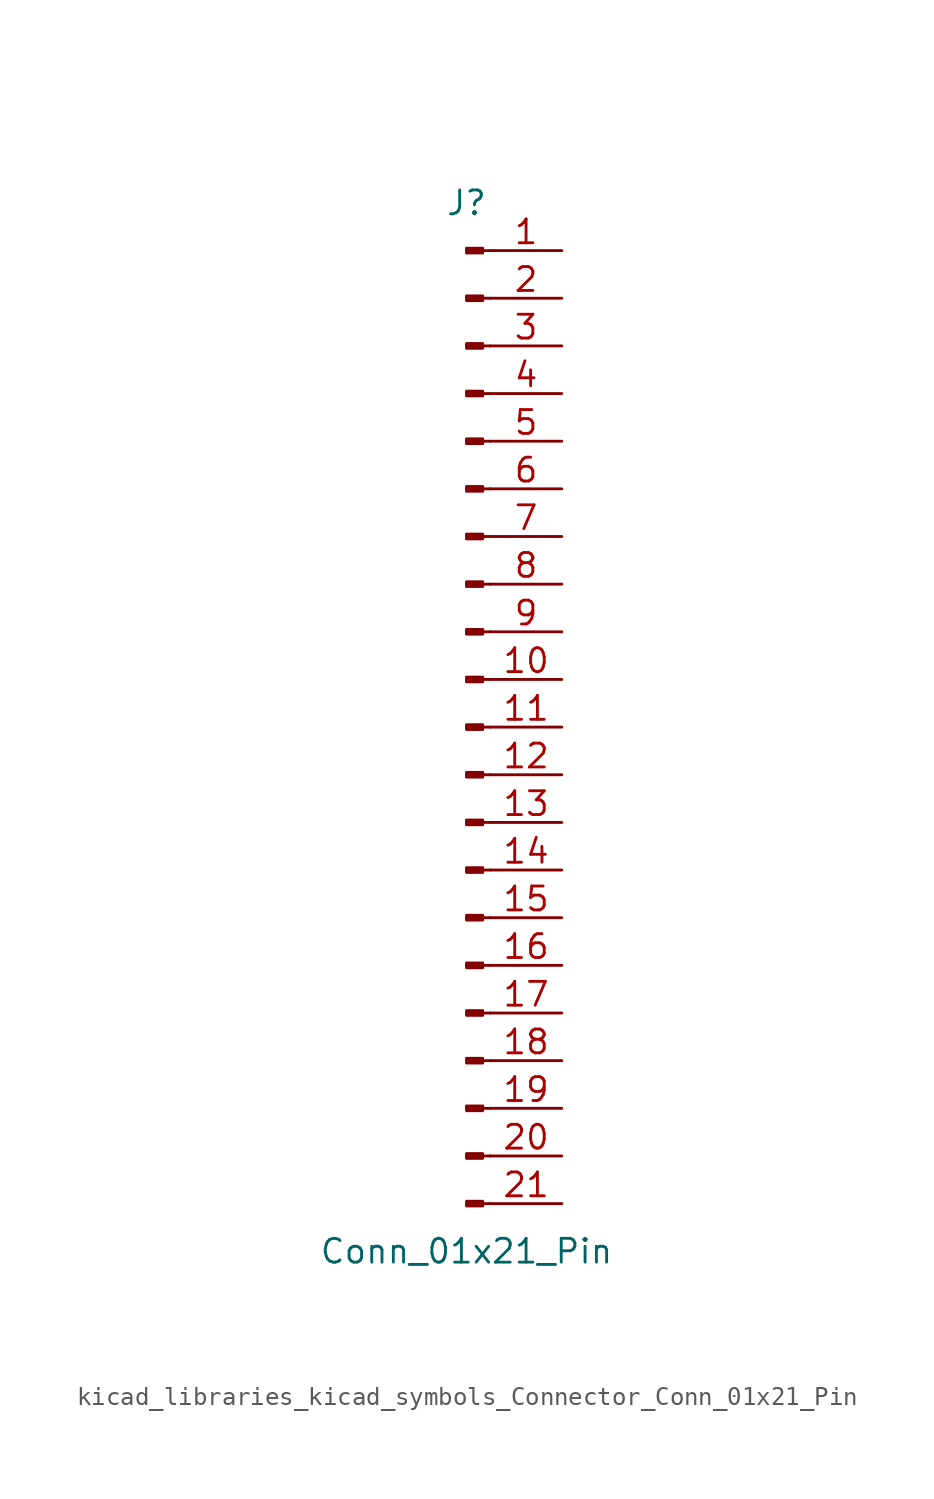
<source format=kicad_sym>
(kicad_symbol_lib
  (version 20220914)
  (generator kicad_symbol_editor)
  (symbol "kicad_libraries_kicad_symbols_Connector_Conn_01x21_Pin"
    (pin_names
      (offset 1.016) hide)
    (property "Reference" "J"
      (at 0 27.94 0)
      (effects (font (size 1.27 1.27))))
    (property "Value" "Conn_01x21_Pin"
      (at 0 -27.94 0)
      (effects (font (size 1.27 1.27))))
    (property "ki_locked" ""
      (at 0 0 0)
      (effects (font (size 1.27 1.27))))
    (symbol "kicad_libraries_kicad_symbols_Connector_Conn_01x21_Pin_1_1"
      (polyline (pts (xy 1.27 -25.4) (xy 0.864 -25.4)) (stroke (width 0.152) (type default)) (fill (type none)))
      (polyline (pts (xy 1.27 -22.86) (xy 0.864 -22.86)) (stroke (width 0.152) (type default)) (fill (type none)))
      (polyline (pts (xy 1.27 -20.32) (xy 0.864 -20.32)) (stroke (width 0.152) (type default)) (fill (type none)))
      (polyline (pts (xy 1.27 -17.78) (xy 0.864 -17.78)) (stroke (width 0.152) (type default)) (fill (type none)))
      (polyline (pts (xy 1.27 -15.24) (xy 0.864 -15.24)) (stroke (width 0.152) (type default)) (fill (type none)))
      (polyline (pts (xy 1.27 -12.7) (xy 0.864 -12.7)) (stroke (width 0.152) (type default)) (fill (type none)))
      (polyline (pts (xy 1.27 -10.16) (xy 0.864 -10.16)) (stroke (width 0.152) (type default)) (fill (type none)))
      (polyline (pts (xy 1.27 -7.62) (xy 0.864 -7.62)) (stroke (width 0.152) (type default)) (fill (type none)))
      (polyline (pts (xy 1.27 -5.08) (xy 0.864 -5.08)) (stroke (width 0.152) (type default)) (fill (type none)))
      (polyline (pts (xy 1.27 -2.54) (xy 0.864 -2.54)) (stroke (width 0.152) (type default)) (fill (type none)))
      (polyline (pts (xy 1.27 0) (xy 0.864 0)) (stroke (width 0.152) (type default)) (fill (type none)))
      (polyline (pts (xy 1.27 2.54) (xy 0.864 2.54)) (stroke (width 0.152) (type default)) (fill (type none)))
      (polyline (pts (xy 1.27 5.08) (xy 0.864 5.08)) (stroke (width 0.152) (type default)) (fill (type none)))
      (polyline (pts (xy 1.27 7.62) (xy 0.864 7.62)) (stroke (width 0.152) (type default)) (fill (type none)))
      (polyline (pts (xy 1.27 10.16) (xy 0.864 10.16)) (stroke (width 0.152) (type default)) (fill (type none)))
      (polyline (pts (xy 1.27 12.7) (xy 0.864 12.7)) (stroke (width 0.152) (type default)) (fill (type none)))
      (polyline (pts (xy 1.27 15.24) (xy 0.864 15.24)) (stroke (width 0.152) (type default)) (fill (type none)))
      (polyline (pts (xy 1.27 17.78) (xy 0.864 17.78)) (stroke (width 0.152) (type default)) (fill (type none)))
      (polyline (pts (xy 1.27 20.32) (xy 0.864 20.32)) (stroke (width 0.152) (type default)) (fill (type none)))
      (polyline (pts (xy 1.27 22.86) (xy 0.864 22.86)) (stroke (width 0.152) (type default)) (fill (type none)))
      (polyline (pts (xy 1.27 25.4) (xy 0.864 25.4)) (stroke (width 0.152) (type default)) (fill (type none)))
      (rectangle (start 0.864 -25.273) (end 0 -25.527) (stroke (width 0.152) (type default)) (fill (type outline)))
      (rectangle (start 0.864 -22.733) (end 0 -22.987) (stroke (width 0.152) (type default)) (fill (type outline)))
      (rectangle (start 0.864 -20.193) (end 0 -20.447) (stroke (width 0.152) (type default)) (fill (type outline)))
      (rectangle (start 0.864 -17.653) (end 0 -17.907) (stroke (width 0.152) (type default)) (fill (type outline)))
      (rectangle (start 0.864 -15.113) (end 0 -15.367) (stroke (width 0.152) (type default)) (fill (type outline)))
      (rectangle (start 0.864 -12.573) (end 0 -12.827) (stroke (width 0.152) (type default)) (fill (type outline)))
      (rectangle (start 0.864 -10.033) (end 0 -10.287) (stroke (width 0.152) (type default)) (fill (type outline)))
      (rectangle (start 0.864 -7.493) (end 0 -7.747) (stroke (width 0.152) (type default)) (fill (type outline)))
      (rectangle (start 0.864 -4.953) (end 0 -5.207) (stroke (width 0.152) (type default)) (fill (type outline)))
      (rectangle (start 0.864 -2.413) (end 0 -2.667) (stroke (width 0.152) (type default)) (fill (type outline)))
      (rectangle (start 0.864 0.127) (end 0 -0.127) (stroke (width 0.152) (type default)) (fill (type outline)))
      (rectangle (start 0.864 2.667) (end 0 2.413) (stroke (width 0.152) (type default)) (fill (type outline)))
      (rectangle (start 0.864 5.207) (end 0 4.953) (stroke (width 0.152) (type default)) (fill (type outline)))
      (rectangle (start 0.864 7.747) (end 0 7.493) (stroke (width 0.152) (type default)) (fill (type outline)))
      (rectangle (start 0.864 10.287) (end 0 10.033) (stroke (width 0.152) (type default)) (fill (type outline)))
      (rectangle (start 0.864 12.827) (end 0 12.573) (stroke (width 0.152) (type default)) (fill (type outline)))
      (rectangle (start 0.864 15.367) (end 0 15.113) (stroke (width 0.152) (type default)) (fill (type outline)))
      (rectangle (start 0.864 17.907) (end 0 17.653) (stroke (width 0.152) (type default)) (fill (type outline)))
      (rectangle (start 0.864 20.447) (end 0 20.193) (stroke (width 0.152) (type default)) (fill (type outline)))
      (rectangle (start 0.864 22.987) (end 0 22.733) (stroke (width 0.152) (type default)) (fill (type outline)))
      (rectangle (start 0.864 25.527) (end 0 25.273) (stroke (width 0.152) (type default)) (fill (type outline)))
      (pin passive line (at 5.08 25.4 180) (length 3.81) (name "Pin_1" (effects (font (size 1.27 1.27)))) (number "1" (effects (font (size 1.27 1.27)))))
      (pin passive line (at 5.08 2.54 180) (length 3.81) (name "Pin_10" (effects (font (size 1.27 1.27)))) (number "10" (effects (font (size 1.27 1.27)))))
      (pin passive line (at 5.08 0 180) (length 3.81) (name "Pin_11" (effects (font (size 1.27 1.27)))) (number "11" (effects (font (size 1.27 1.27)))))
      (pin passive line (at 5.08 -2.54 180) (length 3.81) (name "Pin_12" (effects (font (size 1.27 1.27)))) (number "12" (effects (font (size 1.27 1.27)))))
      (pin passive line (at 5.08 -5.08 180) (length 3.81) (name "Pin_13" (effects (font (size 1.27 1.27)))) (number "13" (effects (font (size 1.27 1.27)))))
      (pin passive line (at 5.08 -7.62 180) (length 3.81) (name "Pin_14" (effects (font (size 1.27 1.27)))) (number "14" (effects (font (size 1.27 1.27)))))
      (pin passive line (at 5.08 -10.16 180) (length 3.81) (name "Pin_15" (effects (font (size 1.27 1.27)))) (number "15" (effects (font (size 1.27 1.27)))))
      (pin passive line (at 5.08 -12.7 180) (length 3.81) (name "Pin_16" (effects (font (size 1.27 1.27)))) (number "16" (effects (font (size 1.27 1.27)))))
      (pin passive line (at 5.08 -15.24 180) (length 3.81) (name "Pin_17" (effects (font (size 1.27 1.27)))) (number "17" (effects (font (size 1.27 1.27)))))
      (pin passive line (at 5.08 -17.78 180) (length 3.81) (name "Pin_18" (effects (font (size 1.27 1.27)))) (number "18" (effects (font (size 1.27 1.27)))))
      (pin passive line (at 5.08 -20.32 180) (length 3.81) (name "Pin_19" (effects (font (size 1.27 1.27)))) (number "19" (effects (font (size 1.27 1.27)))))
      (pin passive line (at 5.08 22.86 180) (length 3.81) (name "Pin_2" (effects (font (size 1.27 1.27)))) (number "2" (effects (font (size 1.27 1.27)))))
      (pin passive line (at 5.08 -22.86 180) (length 3.81) (name "Pin_20" (effects (font (size 1.27 1.27)))) (number "20" (effects (font (size 1.27 1.27)))))
      (pin passive line (at 5.08 -25.4 180) (length 3.81) (name "Pin_21" (effects (font (size 1.27 1.27)))) (number "21" (effects (font (size 1.27 1.27)))))
      (pin passive line (at 5.08 20.32 180) (length 3.81) (name "Pin_3" (effects (font (size 1.27 1.27)))) (number "3" (effects (font (size 1.27 1.27)))))
      (pin passive line (at 5.08 17.78 180) (length 3.81) (name "Pin_4" (effects (font (size 1.27 1.27)))) (number "4" (effects (font (size 1.27 1.27)))))
      (pin passive line (at 5.08 15.24 180) (length 3.81) (name "Pin_5" (effects (font (size 1.27 1.27)))) (number "5" (effects (font (size 1.27 1.27)))))
      (pin passive line (at 5.08 12.7 180) (length 3.81) (name "Pin_6" (effects (font (size 1.27 1.27)))) (number "6" (effects (font (size 1.27 1.27)))))
      (pin passive line (at 5.08 10.16 180) (length 3.81) (name "Pin_7" (effects (font (size 1.27 1.27)))) (number "7" (effects (font (size 1.27 1.27)))))
      (pin passive line (at 5.08 7.62 180) (length 3.81) (name "Pin_8" (effects (font (size 1.27 1.27)))) (number "8" (effects (font (size 1.27 1.27)))))
      (pin passive line (at 5.08 5.08 180) (length 3.81) (name "Pin_9" (effects (font (size 1.27 1.27)))) (number "9" (effects (font (size 1.27 1.27))))))))
</source>
